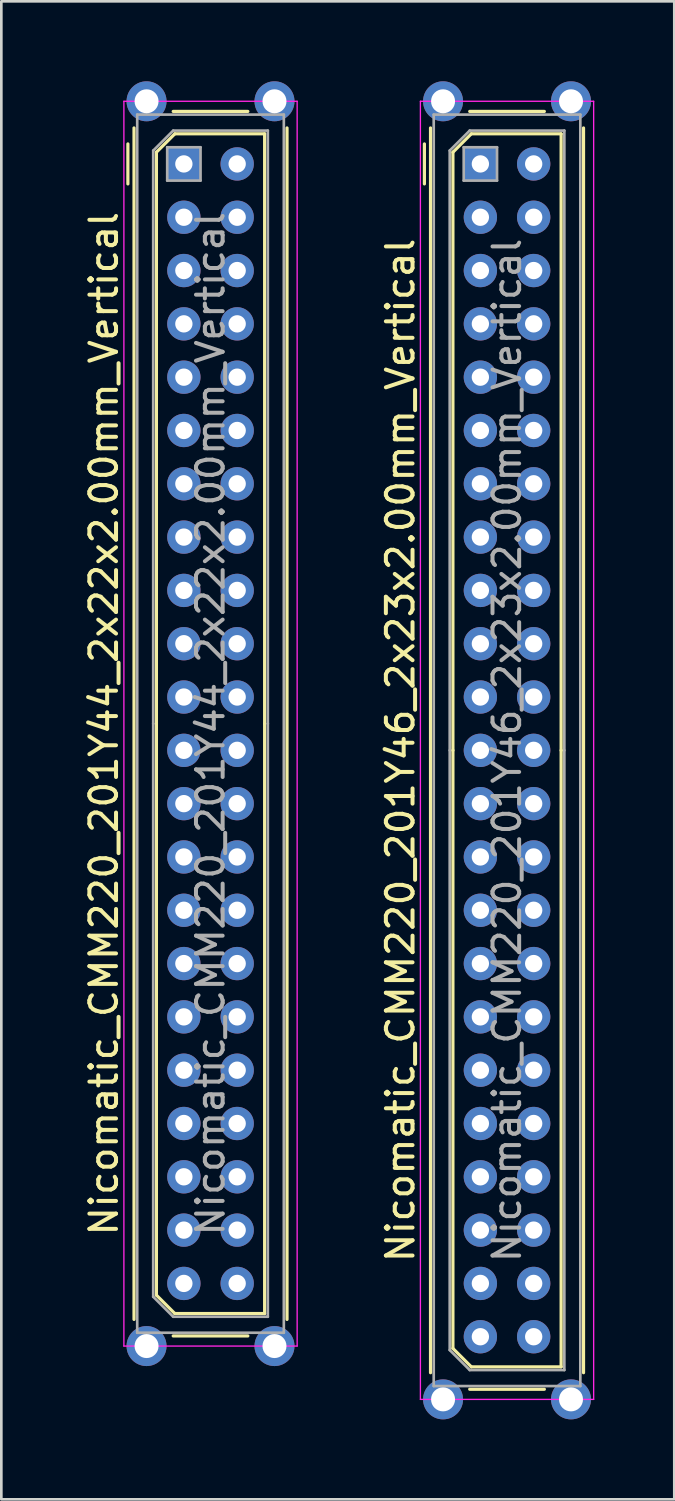
<source format=kicad_pcb>
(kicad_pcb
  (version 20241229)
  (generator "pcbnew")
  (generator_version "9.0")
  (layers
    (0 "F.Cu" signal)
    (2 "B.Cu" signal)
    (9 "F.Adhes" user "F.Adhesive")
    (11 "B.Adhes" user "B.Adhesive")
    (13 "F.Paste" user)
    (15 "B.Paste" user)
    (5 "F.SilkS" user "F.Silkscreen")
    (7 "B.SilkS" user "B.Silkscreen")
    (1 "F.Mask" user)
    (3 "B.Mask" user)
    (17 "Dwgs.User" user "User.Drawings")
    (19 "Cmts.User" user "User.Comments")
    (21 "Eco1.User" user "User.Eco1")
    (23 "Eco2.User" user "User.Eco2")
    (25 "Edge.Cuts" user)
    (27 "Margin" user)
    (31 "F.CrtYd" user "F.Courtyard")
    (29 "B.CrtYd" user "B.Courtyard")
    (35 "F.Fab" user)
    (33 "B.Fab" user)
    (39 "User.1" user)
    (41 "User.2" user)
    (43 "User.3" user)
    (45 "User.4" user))
  (footprint "Nicomatic_CMM220_201Y44_2x22x2.00mm_Vertical"
    (layer "F.Cu")
    (at 3.848 3.1)
    (property "Reference" "Nicomatic_CMM220_201Y44_2x22x2.00mm_Vertical" (at -3 21 90) (layer "F.SilkS") (effects (font (size 1 1) (thickness 0.15))))
    (attr through_hole)
    (fp_line (start -2.1 -0.75) (end -2.1 0.75) (stroke (width 0.12) (type solid)) (layer "F.SilkS"))
    (fp_line (start -1.87 43.35) (end -1.87 -1.35) (stroke (width 0.12) (type solid)) (layer "F.SilkS"))
    (fp_line (start -1.03 -0.44) (end -0.34 -1.13) (stroke (width 0.12) (type solid)) (layer "F.SilkS"))
    (fp_line (start -1.03 21) (end -1.03 -0.44) (stroke (width 0.12) (type solid)) (layer "F.SilkS"))
    (fp_line (start -1.03 21) (end -1.03 42.44) (stroke (width 0.12) (type solid)) (layer "F.SilkS"))
    (fp_line (start -1.03 42.44) (end -0.34 43.13) (stroke (width 0.12) (type solid)) (layer "F.SilkS"))
    (fp_line (start -0.4 -1.97) (end 2.4 -1.97) (stroke (width 0.12) (type solid)) (layer "F.SilkS"))
    (fp_line (start -0.4 43.97) (end 2.4 43.97) (stroke (width 0.12) (type solid)) (layer "F.SilkS"))
    (fp_line (start -0.34 -1.13) (end 3.03 -1.13) (stroke (width 0.12) (type solid)) (layer "F.SilkS"))
    (fp_line (start -0.34 43.13) (end 3.03 43.13) (stroke (width 0.12) (type solid)) (layer "F.SilkS"))
    (fp_line (start 3.03 -1.13) (end 3.03 21) (stroke (width 0.12) (type solid)) (layer "F.SilkS"))
    (fp_line (start 3.03 43.13) (end 3.03 21) (stroke (width 0.12) (type solid)) (layer "F.SilkS"))
    (fp_line (start 3.87 43.35) (end 3.87 -1.35) (stroke (width 0.12) (type solid)) (layer "F.SilkS"))
    (fp_line (start -2.25 -2.35) (end -2.25 44.35) (stroke (width 0.05) (type solid)) (layer "F.CrtYd"))
    (fp_line (start -2.25 44.35) (end 4.25 44.35) (stroke (width 0.05) (type solid)) (layer "F.CrtYd"))
    (fp_line (start 4.25 -2.35) (end -2.25 -2.35) (stroke (width 0.05) (type solid)) (layer "F.CrtYd"))
    (fp_line (start 4.25 44.35) (end 4.25 -2.35) (stroke (width 0.05) (type solid)) (layer "F.CrtYd"))
    (fp_line (start -1.75 -1.85) (end -1.75 43.85) (stroke (width 0.1) (type solid)) (layer "F.Fab"))
    (fp_line (start -1.75 43.85) (end 3.75 43.85) (stroke (width 0.1) (type solid)) (layer "F.Fab"))
    (fp_line (start -1.15 -0.5) (end -0.4 -1.25) (stroke (width 0.1) (type solid)) (layer "F.Fab"))
    (fp_line (start -1.15 21) (end -1.15 -0.5) (stroke (width 0.1) (type solid)) (layer "F.Fab"))
    (fp_line (start -1.15 21) (end -1.15 42.5) (stroke (width 0.1) (type solid)) (layer "F.Fab"))
    (fp_line (start -1.15 42.5) (end -0.4 43.25) (stroke (width 0.1) (type solid)) (layer "F.Fab"))
    (fp_line (start -0.625 -0.625) (end -0.625 0.625) (stroke (width 0.1) (type solid)) (layer "F.Fab"))
    (fp_line (start -0.625 0.625) (end 0.625 0.625) (stroke (width 0.1) (type solid)) (layer "F.Fab"))
    (fp_line (start -0.4 -1.25) (end 3.15 -1.25) (stroke (width 0.1) (type solid)) (layer "F.Fab"))
    (fp_line (start -0.4 43.25) (end 3.15 43.25) (stroke (width 0.1) (type solid)) (layer "F.Fab"))
    (fp_line (start 0.625 -0.625) (end -0.625 -0.625) (stroke (width 0.1) (type solid)) (layer "F.Fab"))
    (fp_line (start 0.625 0.625) (end 0.625 -0.625) (stroke (width 0.1) (type solid)) (layer "F.Fab"))
    (fp_line (start 3.15 -1.25) (end 3.15 21) (stroke (width 0.1) (type solid)) (layer "F.Fab"))
    (fp_line (start 3.15 43.25) (end 3.15 21) (stroke (width 0.1) (type solid)) (layer "F.Fab"))
    (fp_line (start 3.75 -1.85) (end -1.75 -1.85) (stroke (width 0.1) (type solid)) (layer "F.Fab"))
    (fp_line (start 3.75 43.85) (end 3.75 -1.85) (stroke (width 0.1) (type solid)) (layer "F.Fab"))
    (fp_text user "${REFERENCE}" (at 1 21 90) (layer "F.Fab") (effects (font (size 1 1) (thickness 0.15))))
    (pad "" thru_hole circle (at -1.4 -2.35) (size 1.5 1.5) (drill 0.9) (layers "*.Cu" "*.Mask"))
    (pad "" thru_hole circle (at -1.4 44.35) (size 1.5 1.5) (drill 0.9) (layers "*.Cu" "*.Mask"))
    (pad "" thru_hole circle (at 3.4 -2.35) (size 1.5 1.5) (drill 0.9) (layers "*.Cu" "*.Mask"))
    (pad "" thru_hole circle (at 3.4 44.35) (size 1.5 1.5) (drill 0.9) (layers "*.Cu" "*.Mask"))
    (pad "1" thru_hole rect (at 0 0) (size 1.25 1.25) (drill 0.65) (layers "*.Cu" "*.Mask"))
    (pad "2" thru_hole oval (at 0 2) (size 1.25 1.25) (drill 0.65) (layers "*.Cu" "*.Mask"))
    (pad "3" thru_hole oval (at 0 4) (size 1.25 1.25) (drill 0.65) (layers "*.Cu" "*.Mask"))
    (pad "4" thru_hole oval (at 0 6) (size 1.25 1.25) (drill 0.65) (layers "*.Cu" "*.Mask"))
    (pad "5" thru_hole oval (at 0 8) (size 1.25 1.25) (drill 0.65) (layers "*.Cu" "*.Mask"))
    (pad "6" thru_hole oval (at 0 10) (size 1.25 1.25) (drill 0.65) (layers "*.Cu" "*.Mask"))
    (pad "7" thru_hole oval (at 0 12) (size 1.25 1.25) (drill 0.65) (layers "*.Cu" "*.Mask"))
    (pad "8" thru_hole oval (at 0 14) (size 1.25 1.25) (drill 0.65) (layers "*.Cu" "*.Mask"))
    (pad "9" thru_hole oval (at 0 16) (size 1.25 1.25) (drill 0.65) (layers "*.Cu" "*.Mask"))
    (pad "10" thru_hole oval (at 0 18) (size 1.25 1.25) (drill 0.65) (layers "*.Cu" "*.Mask"))
    (pad "11" thru_hole oval (at 0 20) (size 1.25 1.25) (drill 0.65) (layers "*.Cu" "*.Mask"))
    (pad "12" thru_hole oval (at 0 22) (size 1.25 1.25) (drill 0.65) (layers "*.Cu" "*.Mask"))
    (pad "13" thru_hole oval (at 0 24) (size 1.25 1.25) (drill 0.65) (layers "*.Cu" "*.Mask"))
    (pad "14" thru_hole oval (at 0 26) (size 1.25 1.25) (drill 0.65) (layers "*.Cu" "*.Mask"))
    (pad "15" thru_hole oval (at 0 28) (size 1.25 1.25) (drill 0.65) (layers "*.Cu" "*.Mask"))
    (pad "16" thru_hole oval (at 0 30) (size 1.25 1.25) (drill 0.65) (layers "*.Cu" "*.Mask"))
    (pad "17" thru_hole oval (at 0 32) (size 1.25 1.25) (drill 0.65) (layers "*.Cu" "*.Mask"))
    (pad "18" thru_hole oval (at 0 34) (size 1.25 1.25) (drill 0.65) (layers "*.Cu" "*.Mask"))
    (pad "19" thru_hole oval (at 0 36) (size 1.25 1.25) (drill 0.65) (layers "*.Cu" "*.Mask"))
    (pad "20" thru_hole oval (at 0 38) (size 1.25 1.25) (drill 0.65) (layers "*.Cu" "*.Mask"))
    (pad "21" thru_hole oval (at 0 40) (size 1.25 1.25) (drill 0.65) (layers "*.Cu" "*.Mask"))
    (pad "22" thru_hole oval (at 0 42) (size 1.25 1.25) (drill 0.65) (layers "*.Cu" "*.Mask"))
    (pad "23" thru_hole oval (at 2 0) (size 1.25 1.25) (drill 0.65) (layers "*.Cu" "*.Mask"))
    (pad "24" thru_hole oval (at 2 2) (size 1.25 1.25) (drill 0.65) (layers "*.Cu" "*.Mask"))
    (pad "25" thru_hole oval (at 2 4) (size 1.25 1.25) (drill 0.65) (layers "*.Cu" "*.Mask"))
    (pad "26" thru_hole oval (at 2 6) (size 1.25 1.25) (drill 0.65) (layers "*.Cu" "*.Mask"))
    (pad "27" thru_hole oval (at 2 8) (size 1.25 1.25) (drill 0.65) (layers "*.Cu" "*.Mask"))
    (pad "28" thru_hole oval (at 2 10) (size 1.25 1.25) (drill 0.65) (layers "*.Cu" "*.Mask"))
    (pad "29" thru_hole oval (at 2 12) (size 1.25 1.25) (drill 0.65) (layers "*.Cu" "*.Mask"))
    (pad "30" thru_hole oval (at 2 14) (size 1.25 1.25) (drill 0.65) (layers "*.Cu" "*.Mask"))
    (pad "31" thru_hole oval (at 2 16) (size 1.25 1.25) (drill 0.65) (layers "*.Cu" "*.Mask"))
    (pad "32" thru_hole oval (at 2 18) (size 1.25 1.25) (drill 0.65) (layers "*.Cu" "*.Mask"))
    (pad "33" thru_hole oval (at 2 20) (size 1.25 1.25) (drill 0.65) (layers "*.Cu" "*.Mask"))
    (pad "34" thru_hole oval (at 2 22) (size 1.25 1.25) (drill 0.65) (layers "*.Cu" "*.Mask"))
    (pad "35" thru_hole oval (at 2 24) (size 1.25 1.25) (drill 0.65) (layers "*.Cu" "*.Mask"))
    (pad "36" thru_hole oval (at 2 26) (size 1.25 1.25) (drill 0.65) (layers "*.Cu" "*.Mask"))
    (pad "37" thru_hole oval (at 2 28) (size 1.25 1.25) (drill 0.65) (layers "*.Cu" "*.Mask"))
    (pad "38" thru_hole oval (at 2 30) (size 1.25 1.25) (drill 0.65) (layers "*.Cu" "*.Mask"))
    (pad "39" thru_hole oval (at 2 32) (size 1.25 1.25) (drill 0.65) (layers "*.Cu" "*.Mask"))
    (pad "40" thru_hole oval (at 2 34) (size 1.25 1.25) (drill 0.65) (layers "*.Cu" "*.Mask"))
    (pad "41" thru_hole oval (at 2 36) (size 1.25 1.25) (drill 0.65) (layers "*.Cu" "*.Mask"))
    (pad "42" thru_hole oval (at 2 38) (size 1.25 1.25) (drill 0.65) (layers "*.Cu" "*.Mask"))
    (pad "43" thru_hole oval (at 2 40) (size 1.25 1.25) (drill 0.65) (layers "*.Cu" "*.Mask"))
    (pad "44" thru_hole oval (at 2 42) (size 1.25 1.25) (drill 0.65) (layers "*.Cu" "*.Mask")))
  (footprint "Nicomatic_CMM220_201Y46_2x23x2.00mm_Vertical"
    (layer "F.Cu")
    (at 14.972 3.1)
    (property "Reference" "Nicomatic_CMM220_201Y46_2x23x2.00mm_Vertical" (at -3 22 90) (layer "F.SilkS") (effects (font (size 1 1) (thickness 0.15))))
    (attr through_hole)
    (fp_line (start -2.1 -0.75) (end -2.1 0.75) (stroke (width 0.12) (type solid)) (layer "F.SilkS"))
    (fp_line (start -1.87 45.35) (end -1.87 -1.35) (stroke (width 0.12) (type solid)) (layer "F.SilkS"))
    (fp_line (start -1.03 -0.44) (end -0.34 -1.13) (stroke (width 0.12) (type solid)) (layer "F.SilkS"))
    (fp_line (start -1.03 22) (end -1.03 -0.44) (stroke (width 0.12) (type solid)) (layer "F.SilkS"))
    (fp_line (start -1.03 22) (end -1.03 44.44) (stroke (width 0.12) (type solid)) (layer "F.SilkS"))
    (fp_line (start -1.03 44.44) (end -0.34 45.13) (stroke (width 0.12) (type solid)) (layer "F.SilkS"))
    (fp_line (start -0.4 -1.97) (end 2.4 -1.97) (stroke (width 0.12) (type solid)) (layer "F.SilkS"))
    (fp_line (start -0.4 45.97) (end 2.4 45.97) (stroke (width 0.12) (type solid)) (layer "F.SilkS"))
    (fp_line (start -0.34 -1.13) (end 3.03 -1.13) (stroke (width 0.12) (type solid)) (layer "F.SilkS"))
    (fp_line (start -0.34 45.13) (end 3.03 45.13) (stroke (width 0.12) (type solid)) (layer "F.SilkS"))
    (fp_line (start 3.03 -1.13) (end 3.03 22) (stroke (width 0.12) (type solid)) (layer "F.SilkS"))
    (fp_line (start 3.03 45.13) (end 3.03 22) (stroke (width 0.12) (type solid)) (layer "F.SilkS"))
    (fp_line (start 3.87 45.35) (end 3.87 -1.35) (stroke (width 0.12) (type solid)) (layer "F.SilkS"))
    (fp_line (start -2.25 -2.35) (end -2.25 46.35) (stroke (width 0.05) (type solid)) (layer "F.CrtYd"))
    (fp_line (start -2.25 46.35) (end 4.25 46.35) (stroke (width 0.05) (type solid)) (layer "F.CrtYd"))
    (fp_line (start 4.25 -2.35) (end -2.25 -2.35) (stroke (width 0.05) (type solid)) (layer "F.CrtYd"))
    (fp_line (start 4.25 46.35) (end 4.25 -2.35) (stroke (width 0.05) (type solid)) (layer "F.CrtYd"))
    (fp_line (start -1.75 -1.85) (end -1.75 45.85) (stroke (width 0.1) (type solid)) (layer "F.Fab"))
    (fp_line (start -1.75 45.85) (end 3.75 45.85) (stroke (width 0.1) (type solid)) (layer "F.Fab"))
    (fp_line (start -1.15 -0.5) (end -0.4 -1.25) (stroke (width 0.1) (type solid)) (layer "F.Fab"))
    (fp_line (start -1.15 22) (end -1.15 -0.5) (stroke (width 0.1) (type solid)) (layer "F.Fab"))
    (fp_line (start -1.15 22) (end -1.15 44.5) (stroke (width 0.1) (type solid)) (layer "F.Fab"))
    (fp_line (start -1.15 44.5) (end -0.4 45.25) (stroke (width 0.1) (type solid)) (layer "F.Fab"))
    (fp_line (start -0.625 -0.625) (end -0.625 0.625) (stroke (width 0.1) (type solid)) (layer "F.Fab"))
    (fp_line (start -0.625 0.625) (end 0.625 0.625) (stroke (width 0.1) (type solid)) (layer "F.Fab"))
    (fp_line (start -0.4 -1.25) (end 3.15 -1.25) (stroke (width 0.1) (type solid)) (layer "F.Fab"))
    (fp_line (start -0.4 45.25) (end 3.15 45.25) (stroke (width 0.1) (type solid)) (layer "F.Fab"))
    (fp_line (start 0.625 -0.625) (end -0.625 -0.625) (stroke (width 0.1) (type solid)) (layer "F.Fab"))
    (fp_line (start 0.625 0.625) (end 0.625 -0.625) (stroke (width 0.1) (type solid)) (layer "F.Fab"))
    (fp_line (start 3.15 -1.25) (end 3.15 22) (stroke (width 0.1) (type solid)) (layer "F.Fab"))
    (fp_line (start 3.15 45.25) (end 3.15 22) (stroke (width 0.1) (type solid)) (layer "F.Fab"))
    (fp_line (start 3.75 -1.85) (end -1.75 -1.85) (stroke (width 0.1) (type solid)) (layer "F.Fab"))
    (fp_line (start 3.75 45.85) (end 3.75 -1.85) (stroke (width 0.1) (type solid)) (layer "F.Fab"))
    (fp_text user "${REFERENCE}" (at 1 22 90) (layer "F.Fab") (effects (font (size 1 1) (thickness 0.15))))
    (pad "" thru_hole circle (at -1.4 -2.35) (size 1.5 1.5) (drill 0.9) (layers "*.Cu" "*.Mask"))
    (pad "" thru_hole circle (at -1.4 46.35) (size 1.5 1.5) (drill 0.9) (layers "*.Cu" "*.Mask"))
    (pad "" thru_hole circle (at 3.4 -2.35) (size 1.5 1.5) (drill 0.9) (layers "*.Cu" "*.Mask"))
    (pad "" thru_hole circle (at 3.4 46.35) (size 1.5 1.5) (drill 0.9) (layers "*.Cu" "*.Mask"))
    (pad "1" thru_hole rect (at 0 0) (size 1.25 1.25) (drill 0.65) (layers "*.Cu" "*.Mask"))
    (pad "2" thru_hole oval (at 0 2) (size 1.25 1.25) (drill 0.65) (layers "*.Cu" "*.Mask"))
    (pad "3" thru_hole oval (at 0 4) (size 1.25 1.25) (drill 0.65) (layers "*.Cu" "*.Mask"))
    (pad "4" thru_hole oval (at 0 6) (size 1.25 1.25) (drill 0.65) (layers "*.Cu" "*.Mask"))
    (pad "5" thru_hole oval (at 0 8) (size 1.25 1.25) (drill 0.65) (layers "*.Cu" "*.Mask"))
    (pad "6" thru_hole oval (at 0 10) (size 1.25 1.25) (drill 0.65) (layers "*.Cu" "*.Mask"))
    (pad "7" thru_hole oval (at 0 12) (size 1.25 1.25) (drill 0.65) (layers "*.Cu" "*.Mask"))
    (pad "8" thru_hole oval (at 0 14) (size 1.25 1.25) (drill 0.65) (layers "*.Cu" "*.Mask"))
    (pad "9" thru_hole oval (at 0 16) (size 1.25 1.25) (drill 0.65) (layers "*.Cu" "*.Mask"))
    (pad "10" thru_hole oval (at 0 18) (size 1.25 1.25) (drill 0.65) (layers "*.Cu" "*.Mask"))
    (pad "11" thru_hole oval (at 0 20) (size 1.25 1.25) (drill 0.65) (layers "*.Cu" "*.Mask"))
    (pad "12" thru_hole oval (at 0 22) (size 1.25 1.25) (drill 0.65) (layers "*.Cu" "*.Mask"))
    (pad "13" thru_hole oval (at 0 24) (size 1.25 1.25) (drill 0.65) (layers "*.Cu" "*.Mask"))
    (pad "14" thru_hole oval (at 0 26) (size 1.25 1.25) (drill 0.65) (layers "*.Cu" "*.Mask"))
    (pad "15" thru_hole oval (at 0 28) (size 1.25 1.25) (drill 0.65) (layers "*.Cu" "*.Mask"))
    (pad "16" thru_hole oval (at 0 30) (size 1.25 1.25) (drill 0.65) (layers "*.Cu" "*.Mask"))
    (pad "17" thru_hole oval (at 0 32) (size 1.25 1.25) (drill 0.65) (layers "*.Cu" "*.Mask"))
    (pad "18" thru_hole oval (at 0 34) (size 1.25 1.25) (drill 0.65) (layers "*.Cu" "*.Mask"))
    (pad "19" thru_hole oval (at 0 36) (size 1.25 1.25) (drill 0.65) (layers "*.Cu" "*.Mask"))
    (pad "20" thru_hole oval (at 0 38) (size 1.25 1.25) (drill 0.65) (layers "*.Cu" "*.Mask"))
    (pad "21" thru_hole oval (at 0 40) (size 1.25 1.25) (drill 0.65) (layers "*.Cu" "*.Mask"))
    (pad "22" thru_hole oval (at 0 42) (size 1.25 1.25) (drill 0.65) (layers "*.Cu" "*.Mask"))
    (pad "23" thru_hole oval (at 0 44) (size 1.25 1.25) (drill 0.65) (layers "*.Cu" "*.Mask"))
    (pad "24" thru_hole oval (at 2 0) (size 1.25 1.25) (drill 0.65) (layers "*.Cu" "*.Mask"))
    (pad "25" thru_hole oval (at 2 2) (size 1.25 1.25) (drill 0.65) (layers "*.Cu" "*.Mask"))
    (pad "26" thru_hole oval (at 2 4) (size 1.25 1.25) (drill 0.65) (layers "*.Cu" "*.Mask"))
    (pad "27" thru_hole oval (at 2 6) (size 1.25 1.25) (drill 0.65) (layers "*.Cu" "*.Mask"))
    (pad "28" thru_hole oval (at 2 8) (size 1.25 1.25) (drill 0.65) (layers "*.Cu" "*.Mask"))
    (pad "29" thru_hole oval (at 2 10) (size 1.25 1.25) (drill 0.65) (layers "*.Cu" "*.Mask"))
    (pad "30" thru_hole oval (at 2 12) (size 1.25 1.25) (drill 0.65) (layers "*.Cu" "*.Mask"))
    (pad "31" thru_hole oval (at 2 14) (size 1.25 1.25) (drill 0.65) (layers "*.Cu" "*.Mask"))
    (pad "32" thru_hole oval (at 2 16) (size 1.25 1.25) (drill 0.65) (layers "*.Cu" "*.Mask"))
    (pad "33" thru_hole oval (at 2 18) (size 1.25 1.25) (drill 0.65) (layers "*.Cu" "*.Mask"))
    (pad "34" thru_hole oval (at 2 20) (size 1.25 1.25) (drill 0.65) (layers "*.Cu" "*.Mask"))
    (pad "35" thru_hole oval (at 2 22) (size 1.25 1.25) (drill 0.65) (layers "*.Cu" "*.Mask"))
    (pad "36" thru_hole oval (at 2 24) (size 1.25 1.25) (drill 0.65) (layers "*.Cu" "*.Mask"))
    (pad "37" thru_hole oval (at 2 26) (size 1.25 1.25) (drill 0.65) (layers "*.Cu" "*.Mask"))
    (pad "38" thru_hole oval (at 2 28) (size 1.25 1.25) (drill 0.65) (layers "*.Cu" "*.Mask"))
    (pad "39" thru_hole oval (at 2 30) (size 1.25 1.25) (drill 0.65) (layers "*.Cu" "*.Mask"))
    (pad "40" thru_hole oval (at 2 32) (size 1.25 1.25) (drill 0.65) (layers "*.Cu" "*.Mask"))
    (pad "41" thru_hole oval (at 2 34) (size 1.25 1.25) (drill 0.65) (layers "*.Cu" "*.Mask"))
    (pad "42" thru_hole oval (at 2 36) (size 1.25 1.25) (drill 0.65) (layers "*.Cu" "*.Mask"))
    (pad "43" thru_hole oval (at 2 38) (size 1.25 1.25) (drill 0.65) (layers "*.Cu" "*.Mask"))
    (pad "44" thru_hole oval (at 2 40) (size 1.25 1.25) (drill 0.65) (layers "*.Cu" "*.Mask"))
    (pad "45" thru_hole oval (at 2 42) (size 1.25 1.25) (drill 0.65) (layers "*.Cu" "*.Mask"))
    (pad "46" thru_hole oval (at 2 44) (size 1.25 1.25) (drill 0.65) (layers "*.Cu" "*.Mask")))
  (gr_rect
    (start -3 -3)
    (end 22.247 53.2)
    (stroke (width 0.1) (type default))
    (fill no)
    (layer "Edge.Cuts")))
</source>
